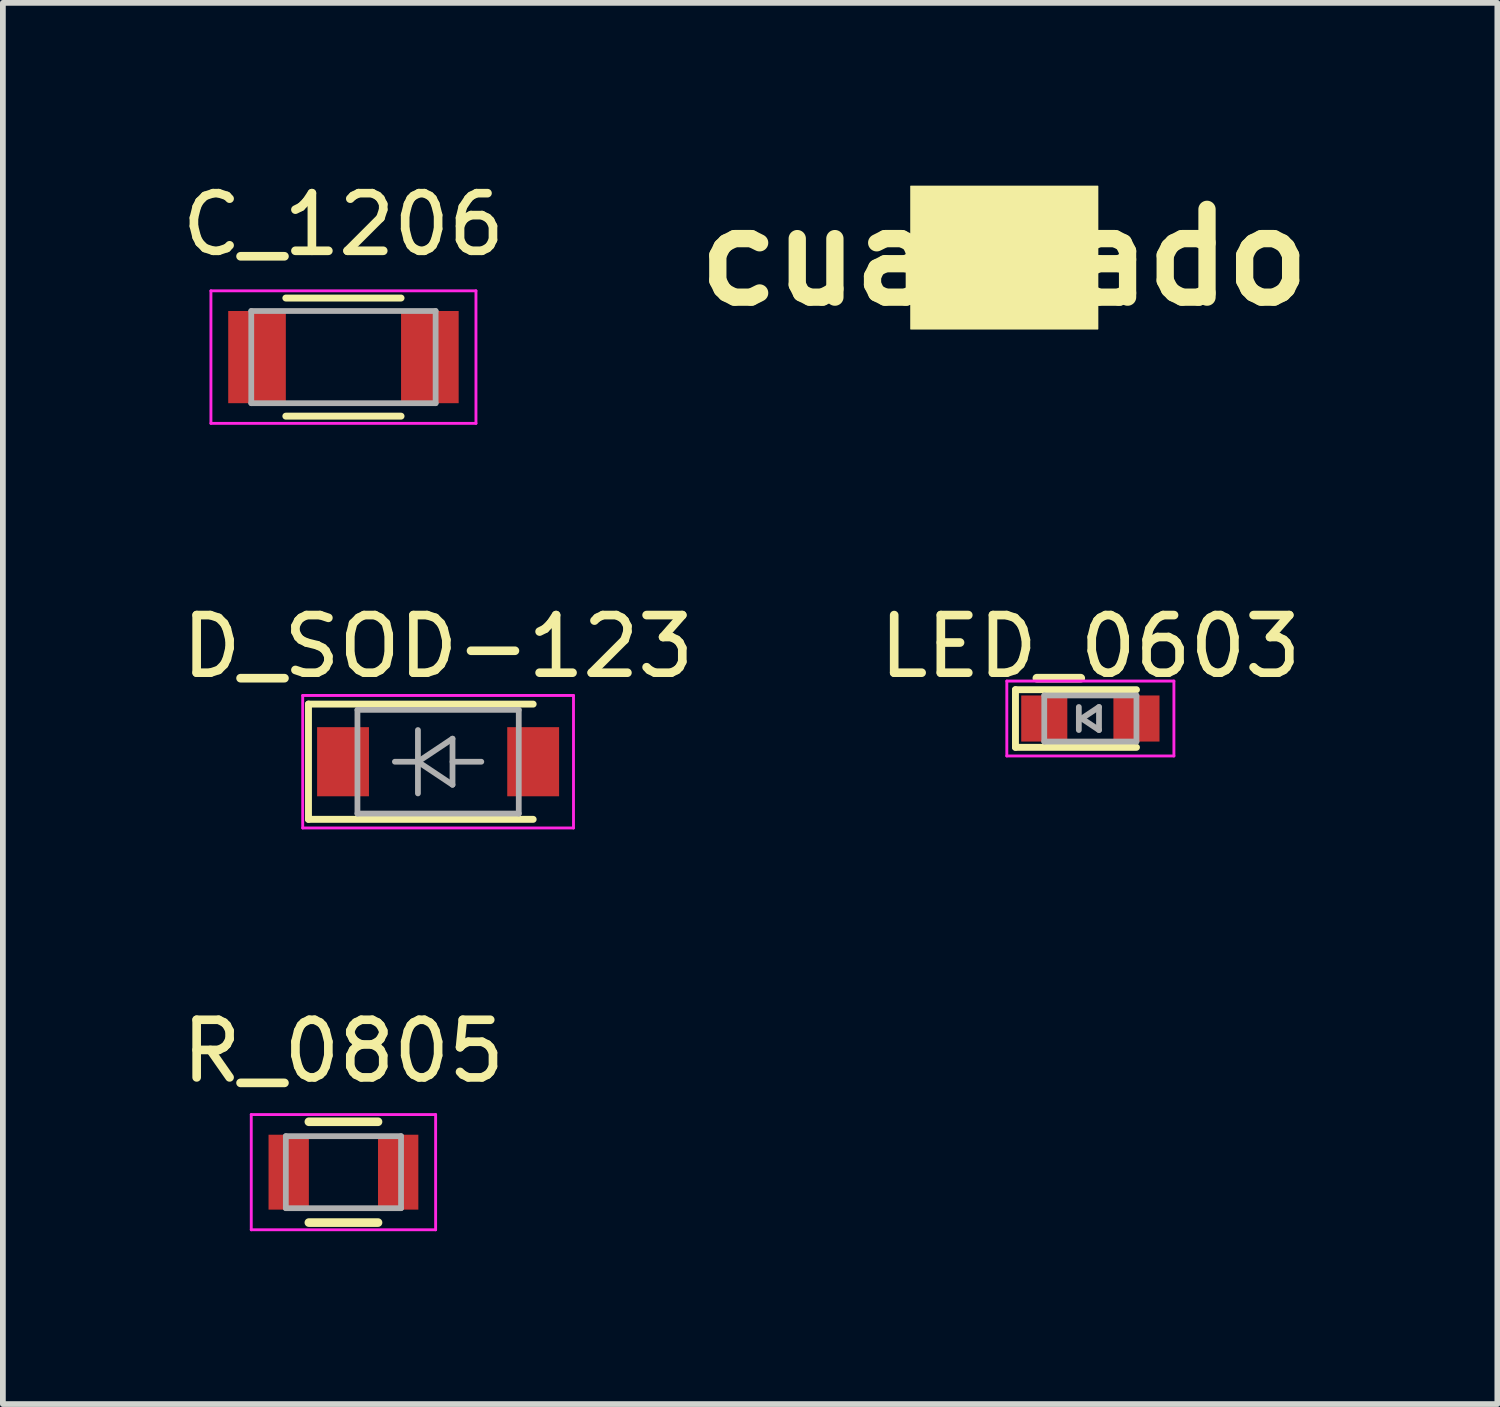
<source format=kicad_pcb>
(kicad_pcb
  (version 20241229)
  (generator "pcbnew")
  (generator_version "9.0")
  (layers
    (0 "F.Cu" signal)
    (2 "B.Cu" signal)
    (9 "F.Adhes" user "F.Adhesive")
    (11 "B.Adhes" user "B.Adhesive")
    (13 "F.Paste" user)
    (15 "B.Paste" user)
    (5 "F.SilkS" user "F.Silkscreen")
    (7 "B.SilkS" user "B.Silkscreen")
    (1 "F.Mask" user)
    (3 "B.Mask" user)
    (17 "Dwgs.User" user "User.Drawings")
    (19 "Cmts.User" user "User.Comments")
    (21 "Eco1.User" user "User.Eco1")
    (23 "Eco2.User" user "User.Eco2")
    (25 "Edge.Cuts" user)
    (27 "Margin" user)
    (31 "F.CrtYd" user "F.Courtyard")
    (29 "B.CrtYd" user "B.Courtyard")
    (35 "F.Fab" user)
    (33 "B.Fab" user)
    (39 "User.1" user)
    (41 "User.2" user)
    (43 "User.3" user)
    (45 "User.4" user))
  (footprint "D_SOD-123"
    (layer "F.Cu")
    (at 4.554 10.171)
    (property "Reference" "D_SOD-123" (at 0 -2 0) (layer "F.SilkS") (effects (font (size 1 1) (thickness 0.15))))
    (attr smd)
    (fp_line (start -2.25 -1) (end -2.25 1) (stroke (width 0.12) (type solid)) (layer "F.SilkS"))
    (fp_line (start -2.25 -1) (end 1.65 -1) (stroke (width 0.12) (type solid)) (layer "F.SilkS"))
    (fp_line (start -2.25 1) (end 1.65 1) (stroke (width 0.12) (type solid)) (layer "F.SilkS"))
    (fp_line (start -2.35 -1.15) (end -2.35 1.15) (stroke (width 0.05) (type solid)) (layer "F.CrtYd"))
    (fp_line (start -2.35 -1.15) (end 2.35 -1.15) (stroke (width 0.05) (type solid)) (layer "F.CrtYd"))
    (fp_line (start 2.35 -1.15) (end 2.35 1.15) (stroke (width 0.05) (type solid)) (layer "F.CrtYd"))
    (fp_line (start 2.35 1.15) (end -2.35 1.15) (stroke (width 0.05) (type solid)) (layer "F.CrtYd"))
    (fp_line (start -1.4 -0.9) (end 1.4 -0.9) (stroke (width 0.1) (type solid)) (layer "F.Fab"))
    (fp_line (start -1.4 0.9) (end -1.4 -0.9) (stroke (width 0.1) (type solid)) (layer "F.Fab"))
    (fp_line (start -0.75 0) (end -0.35 0) (stroke (width 0.1) (type solid)) (layer "F.Fab"))
    (fp_line (start -0.35 0) (end -0.35 -0.55) (stroke (width 0.1) (type solid)) (layer "F.Fab"))
    (fp_line (start -0.35 0) (end -0.35 0.55) (stroke (width 0.1) (type solid)) (layer "F.Fab"))
    (fp_line (start -0.35 0) (end 0.25 -0.4) (stroke (width 0.1) (type solid)) (layer "F.Fab"))
    (fp_line (start 0.25 -0.4) (end 0.25 0.4) (stroke (width 0.1) (type solid)) (layer "F.Fab"))
    (fp_line (start 0.25 0) (end 0.75 0) (stroke (width 0.1) (type solid)) (layer "F.Fab"))
    (fp_line (start 0.25 0.4) (end -0.35 0) (stroke (width 0.1) (type solid)) (layer "F.Fab"))
    (fp_line (start 1.4 -0.9) (end 1.4 0.9) (stroke (width 0.1) (type solid)) (layer "F.Fab"))
    (fp_line (start 1.4 0.9) (end -1.4 0.9) (stroke (width 0.1) (type solid)) (layer "F.Fab"))
    (pad "1" smd rect (at -1.65 0) (size 0.9 1.2) (layers "F.Cu" "F.Mask" "F.Paste"))
    (pad "2" smd rect (at 1.65 0) (size 0.9 1.2) (layers "F.Cu" "F.Mask" "F.Paste")))
  (footprint "cuadrado"
    (layer "F.Cu")
    (at 14.38 1.418)
    (property "Reference" "cuadrado" (at 0 0 0) (layer "F.SilkS") (effects (font (size 1.524 1.524) (thickness 0.3))))
    (attr through_hole)
    (fp_poly (pts (xy 1.628 1.245) (xy -1.626 1.245) (xy -1.626 -1.24) (xy 1.628 -1.24) (xy 1.628 1.245)) (stroke (width 0.01) (type solid)) (fill yes) (layer "F.SilkS")))
  (footprint "R_0805"
    (layer "F.Cu")
    (at 2.911 17.295)
    (property "Reference" "R_0805" (at 0 -2.1 0) (layer "F.SilkS") (effects (font (size 1 1) (thickness 0.15))))
    (attr smd)
    (fp_line (start -0.6 -0.875) (end 0.6 -0.875) (stroke (width 0.15) (type solid)) (layer "F.SilkS"))
    (fp_line (start 0.6 0.875) (end -0.6 0.875) (stroke (width 0.15) (type solid)) (layer "F.SilkS"))
    (fp_line (start -1.6 -1) (end -1.6 1) (stroke (width 0.05) (type solid)) (layer "F.CrtYd"))
    (fp_line (start -1.6 -1) (end 1.6 -1) (stroke (width 0.05) (type solid)) (layer "F.CrtYd"))
    (fp_line (start -1.6 1) (end 1.6 1) (stroke (width 0.05) (type solid)) (layer "F.CrtYd"))
    (fp_line (start 1.6 -1) (end 1.6 1) (stroke (width 0.05) (type solid)) (layer "F.CrtYd"))
    (fp_line (start -1 -0.625) (end 1 -0.625) (stroke (width 0.1) (type solid)) (layer "F.Fab"))
    (fp_line (start -1 0.625) (end -1 -0.625) (stroke (width 0.1) (type solid)) (layer "F.Fab"))
    (fp_line (start 1 -0.625) (end 1 0.625) (stroke (width 0.1) (type solid)) (layer "F.Fab"))
    (fp_line (start 1 0.625) (end -1 0.625) (stroke (width 0.1) (type solid)) (layer "F.Fab"))
    (pad "1" smd rect (at -0.95 0) (size 0.7 1.3) (layers "F.Cu" "F.Mask" "F.Paste"))
    (pad "2" smd rect (at 0.95 0) (size 0.7 1.3) (layers "F.Cu" "F.Mask" "F.Paste")))
  (footprint "LED_0603"
    (layer "F.Cu")
    (at 15.875 9.421)
    (property "Reference" "LED_0603" (at 0 -1.25 0) (layer "F.SilkS") (effects (font (size 1 1) (thickness 0.15))))
    (attr smd)
    (fp_line (start -1.3 -0.5) (end -1.3 0.5) (stroke (width 0.12) (type solid)) (layer "F.SilkS"))
    (fp_line (start -1.3 -0.5) (end 0.8 -0.5) (stroke (width 0.12) (type solid)) (layer "F.SilkS"))
    (fp_line (start -1.3 0.5) (end 0.8 0.5) (stroke (width 0.12) (type solid)) (layer "F.SilkS"))
    (fp_line (start -1.45 -0.65) (end 1.45 -0.65) (stroke (width 0.05) (type solid)) (layer "F.CrtYd"))
    (fp_line (start -1.45 0.65) (end -1.45 -0.65) (stroke (width 0.05) (type solid)) (layer "F.CrtYd"))
    (fp_line (start 1.45 -0.65) (end 1.45 0.65) (stroke (width 0.05) (type solid)) (layer "F.CrtYd"))
    (fp_line (start 1.45 0.65) (end -1.45 0.65) (stroke (width 0.05) (type solid)) (layer "F.CrtYd"))
    (fp_line (start -0.8 -0.4) (end 0.8 -0.4) (stroke (width 0.1) (type solid)) (layer "F.Fab"))
    (fp_line (start -0.8 0.4) (end -0.8 -0.4) (stroke (width 0.1) (type solid)) (layer "F.Fab"))
    (fp_line (start -0.2 -0.2) (end -0.2 0.2) (stroke (width 0.1) (type solid)) (layer "F.Fab"))
    (fp_line (start -0.15 0) (end 0.15 -0.2) (stroke (width 0.1) (type solid)) (layer "F.Fab"))
    (fp_line (start 0.15 -0.2) (end 0.15 0.2) (stroke (width 0.1) (type solid)) (layer "F.Fab"))
    (fp_line (start 0.15 0.2) (end -0.15 0) (stroke (width 0.1) (type solid)) (layer "F.Fab"))
    (fp_line (start 0.8 -0.4) (end 0.8 0.4) (stroke (width 0.1) (type solid)) (layer "F.Fab"))
    (fp_line (start 0.8 0.4) (end -0.8 0.4) (stroke (width 0.1) (type solid)) (layer "F.Fab"))
    (pad "1" smd rect (at -0.8 0 180) (size 0.8 0.8) (layers "F.Cu" "F.Mask" "F.Paste"))
    (pad "2" smd rect (at 0.8 0 180) (size 0.8 0.8) (layers "F.Cu" "F.Mask" "F.Paste")))
  (footprint "C_1206"
    (layer "F.Cu")
    (at 2.911 3.148)
    (property "Reference" "C_1206" (at 0 -2.3 0) (layer "F.SilkS") (effects (font (size 1 1) (thickness 0.15))))
    (attr smd)
    (fp_line (start -1 1.025) (end 1 1.025) (stroke (width 0.12) (type solid)) (layer "F.SilkS"))
    (fp_line (start 1 -1.025) (end -1 -1.025) (stroke (width 0.12) (type solid)) (layer "F.SilkS"))
    (fp_line (start -2.3 -1.15) (end -2.3 1.15) (stroke (width 0.05) (type solid)) (layer "F.CrtYd"))
    (fp_line (start -2.3 -1.15) (end 2.3 -1.15) (stroke (width 0.05) (type solid)) (layer "F.CrtYd"))
    (fp_line (start -2.3 1.15) (end 2.3 1.15) (stroke (width 0.05) (type solid)) (layer "F.CrtYd"))
    (fp_line (start 2.3 -1.15) (end 2.3 1.15) (stroke (width 0.05) (type solid)) (layer "F.CrtYd"))
    (fp_line (start -1.6 -0.8) (end 1.6 -0.8) (stroke (width 0.1) (type solid)) (layer "F.Fab"))
    (fp_line (start -1.6 0.8) (end -1.6 -0.8) (stroke (width 0.1) (type solid)) (layer "F.Fab"))
    (fp_line (start 1.6 -0.8) (end 1.6 0.8) (stroke (width 0.1) (type solid)) (layer "F.Fab"))
    (fp_line (start 1.6 0.8) (end -1.6 0.8) (stroke (width 0.1) (type solid)) (layer "F.Fab"))
    (pad "1" smd rect (at -1.5 0) (size 1 1.6) (layers "F.Cu" "F.Mask" "F.Paste"))
    (pad "2" smd rect (at 1.5 0) (size 1 1.6) (layers "F.Cu" "F.Mask" "F.Paste")))
  (gr_rect
    (start -3 -3)
    (end 22.939 21.32)
    (stroke (width 0.1) (type default))
    (fill no)
    (layer "Edge.Cuts")))
</source>
